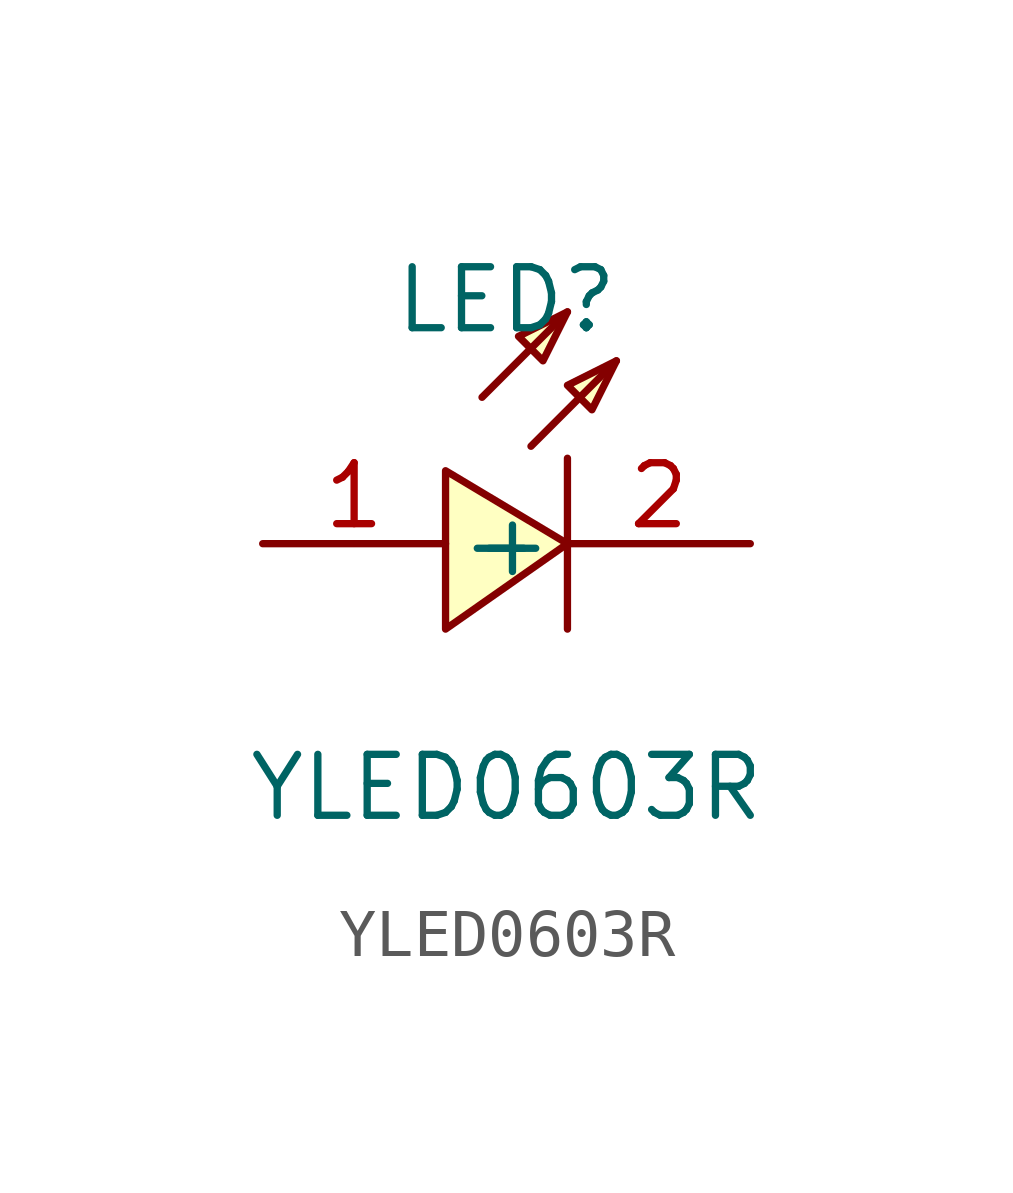
<source format=kicad_sym>
(kicad_symbol_lib
  (version 20211014)
  (generator https://github.com/uPesy/easyeda2kicad.py)
  (symbol "YLED0603R"
    (property "Reference" "LED"
      (at 0 5.08 0)
      (effects (font (size 1.27 1.27))))
    (property "Value" "YLED0603R"
      (at 0 -5.08 0)
      (effects (font (size 1.27 1.27))))
    (symbol "YLED0603R_0_1"
      (polyline (pts (xy -1.27 1.52) (xy 1.27 -0.00) (xy -1.27 -1.78) (xy -1.27 1.52)) (stroke (width 0) (type default) (color 0 0 0 0)) (fill (type background)))
      (polyline (pts (xy 1.27 1.78) (xy 1.27 -1.78)) (stroke (width 0) (type default) (color 0 0 0 0)) (fill (type none)))
      (polyline (pts (xy 0.51 2.03) (xy 2.29 3.81)) (stroke (width 0) (type default) (color 0 0 0 0)) (fill (type none)))
      (polyline (pts (xy -0.51 3.05) (xy 1.27 4.83)) (stroke (width 0) (type default) (color 0 0 0 0)) (fill (type none)))
      (polyline (pts (xy 2.29 3.81) (xy 1.78 2.79) (xy 1.27 3.30) (xy 2.29 3.81)) (stroke (width 0) (type default) (color 0 0 0 0)) (fill (type background)))
      (polyline (pts (xy 1.27 4.83) (xy 0.76 3.81) (xy 0.25 4.32) (xy 1.27 4.83)) (stroke (width 0) (type default) (color 0 0 0 0)) (fill (type background)))
      (pin unspecified line (at 5.08 -0.00 180) (length 3.81) (name "-" (effects (font (size 1.27 1.27)))) (number "2" (effects (font (size 1.27 1.27)))))
      (pin unspecified line (at -5.08 -0.00 0) (length 3.81) (name "+" (effects (font (size 1.27 1.27)))) (number "1" (effects (font (size 1.27 1.27))))))))
</source>
